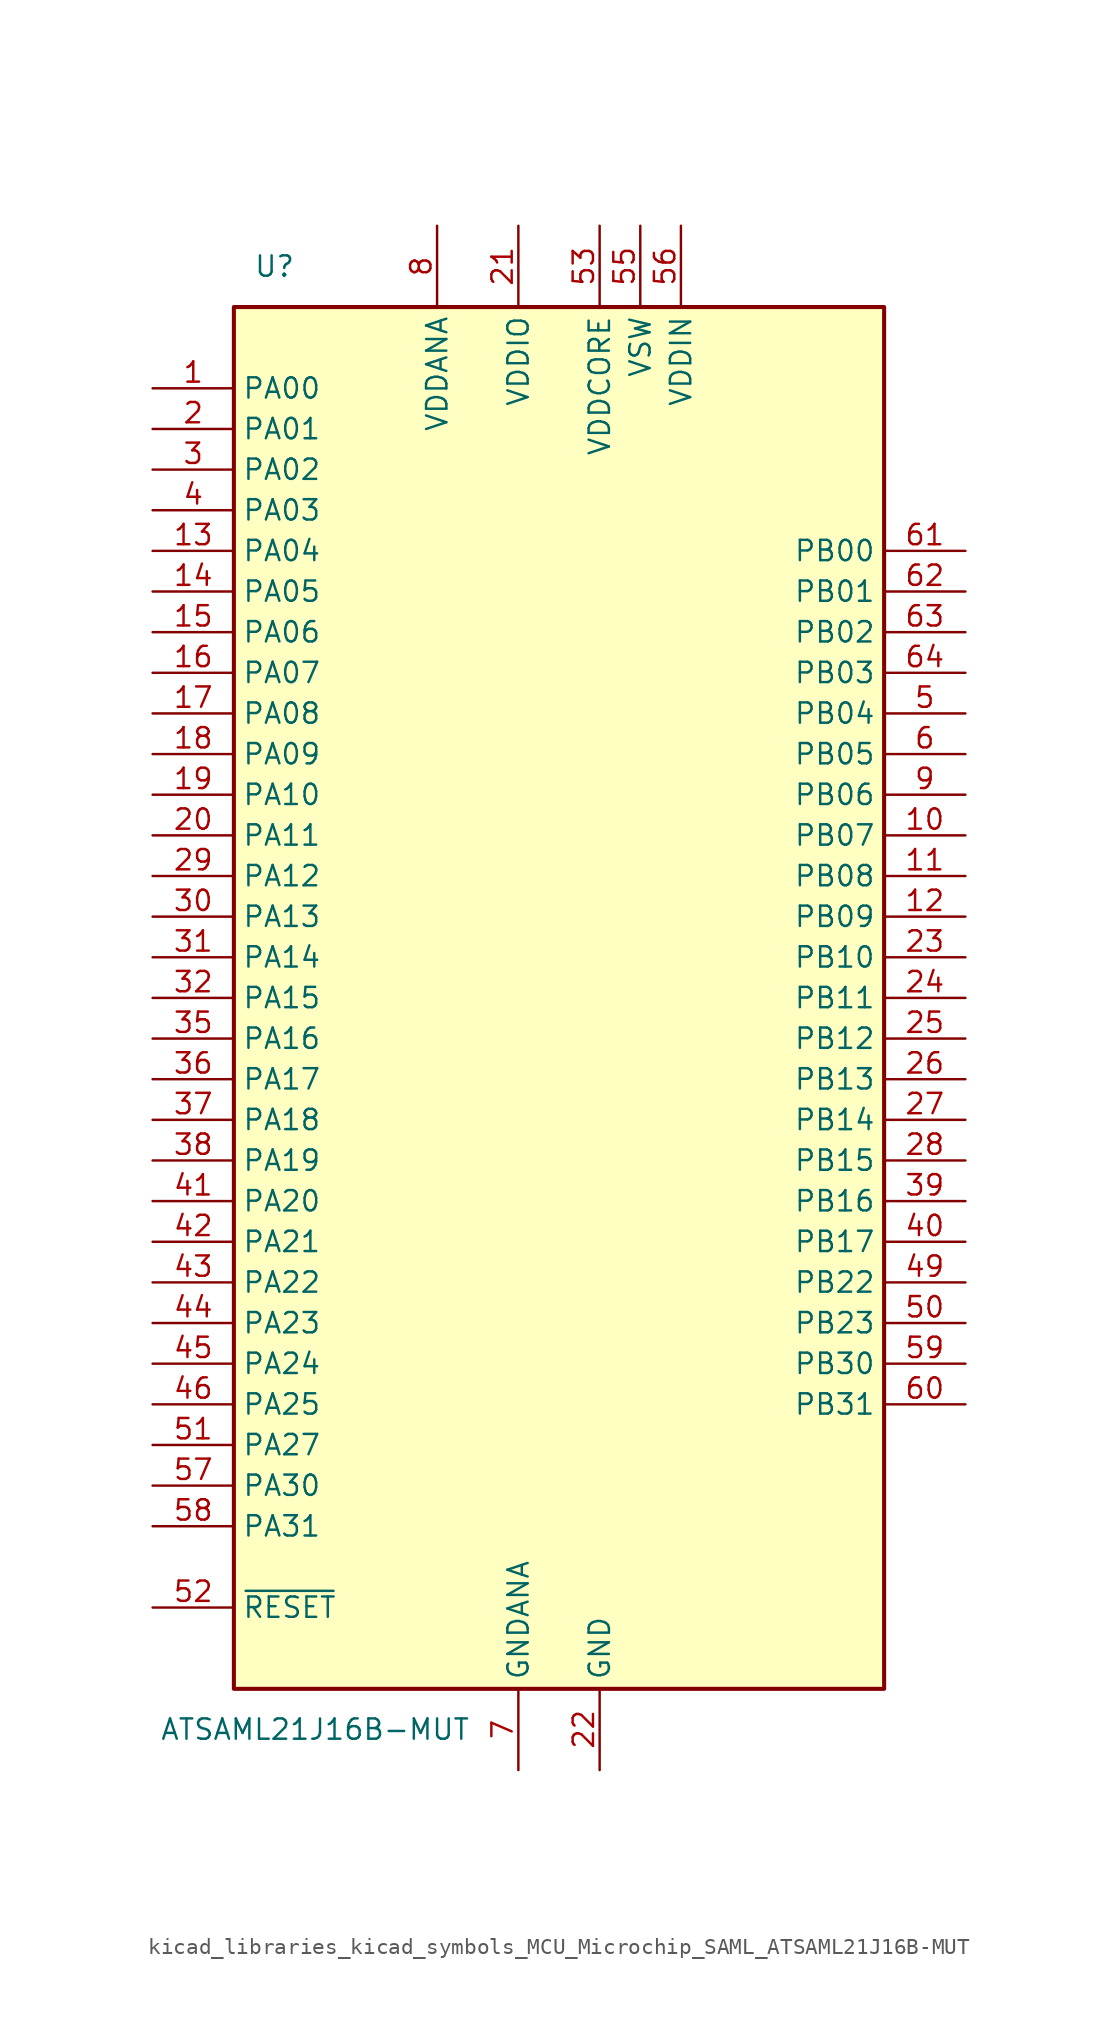
<source format=kicad_sym>
(kicad_symbol_lib
  (version 20220914)
  (generator kicad_symbol_editor)
  (symbol "kicad_libraries_kicad_symbols_MCU_Microchip_SAML_ATSAML21J16B-MUT"
    (property "Reference" "U"
      (at -17.78 45.72 0)
      (effects (font (size 1.27 1.27))))
    (property "Value" "ATSAML21J16B-MUT"
      (at -15.24 -45.72 0)
      (effects (font (size 1.27 1.27))))
    (symbol "kicad_libraries_kicad_symbols_MCU_Microchip_SAML_ATSAML21J16B-MUT_0_1"
      (rectangle (start -20.32 43.18) (end 20.32 -43.18) (stroke (width 0.254) (type default)) (fill (type background))))
    (symbol "kicad_libraries_kicad_symbols_MCU_Microchip_SAML_ATSAML21J16B-MUT_1_1"
      (pin bidirectional line (at -25.4 38.1 0) (length 5.08) (name "PA00" (effects (font (size 1.27 1.27)))) (number "1" (effects (font (size 1.27 1.27)))))
      (pin bidirectional line (at 25.4 10.16 180) (length 5.08) (name "PB07" (effects (font (size 1.27 1.27)))) (number "10" (effects (font (size 1.27 1.27)))))
      (pin bidirectional line (at 25.4 7.62 180) (length 5.08) (name "PB08" (effects (font (size 1.27 1.27)))) (number "11" (effects (font (size 1.27 1.27)))))
      (pin bidirectional line (at 25.4 5.08 180) (length 5.08) (name "PB09" (effects (font (size 1.27 1.27)))) (number "12" (effects (font (size 1.27 1.27)))))
      (pin bidirectional line (at -25.4 27.94 0) (length 5.08) (name "PA04" (effects (font (size 1.27 1.27)))) (number "13" (effects (font (size 1.27 1.27)))))
      (pin bidirectional line (at -25.4 25.4 0) (length 5.08) (name "PA05" (effects (font (size 1.27 1.27)))) (number "14" (effects (font (size 1.27 1.27)))))
      (pin bidirectional line (at -25.4 22.86 0) (length 5.08) (name "PA06" (effects (font (size 1.27 1.27)))) (number "15" (effects (font (size 1.27 1.27)))))
      (pin bidirectional line (at -25.4 20.32 0) (length 5.08) (name "PA07" (effects (font (size 1.27 1.27)))) (number "16" (effects (font (size 1.27 1.27)))))
      (pin bidirectional line (at -25.4 17.78 0) (length 5.08) (name "PA08" (effects (font (size 1.27 1.27)))) (number "17" (effects (font (size 1.27 1.27)))))
      (pin bidirectional line (at -25.4 15.24 0) (length 5.08) (name "PA09" (effects (font (size 1.27 1.27)))) (number "18" (effects (font (size 1.27 1.27)))))
      (pin bidirectional line (at -25.4 12.7 0) (length 5.08) (name "PA10" (effects (font (size 1.27 1.27)))) (number "19" (effects (font (size 1.27 1.27)))))
      (pin bidirectional line (at -25.4 35.56 0) (length 5.08) (name "PA01" (effects (font (size 1.27 1.27)))) (number "2" (effects (font (size 1.27 1.27)))))
      (pin bidirectional line (at -25.4 10.16 0) (length 5.08) (name "PA11" (effects (font (size 1.27 1.27)))) (number "20" (effects (font (size 1.27 1.27)))))
      (pin power_in line (at -2.54 48.26 270) (length 5.08) (name "VDDIO" (effects (font (size 1.27 1.27)))) (number "21" (effects (font (size 1.27 1.27)))))
      (pin power_in line (at 2.54 -48.26 90) (length 5.08) (name "GND" (effects (font (size 1.27 1.27)))) (number "22" (effects (font (size 1.27 1.27)))))
      (pin bidirectional line (at 25.4 2.54 180) (length 5.08) (name "PB10" (effects (font (size 1.27 1.27)))) (number "23" (effects (font (size 1.27 1.27)))))
      (pin bidirectional line (at 25.4 0 180) (length 5.08) (name "PB11" (effects (font (size 1.27 1.27)))) (number "24" (effects (font (size 1.27 1.27)))))
      (pin bidirectional line (at 25.4 -2.54 180) (length 5.08) (name "PB12" (effects (font (size 1.27 1.27)))) (number "25" (effects (font (size 1.27 1.27)))))
      (pin bidirectional line (at 25.4 -5.08 180) (length 5.08) (name "PB13" (effects (font (size 1.27 1.27)))) (number "26" (effects (font (size 1.27 1.27)))))
      (pin bidirectional line (at 25.4 -7.62 180) (length 5.08) (name "PB14" (effects (font (size 1.27 1.27)))) (number "27" (effects (font (size 1.27 1.27)))))
      (pin bidirectional line (at 25.4 -10.16 180) (length 5.08) (name "PB15" (effects (font (size 1.27 1.27)))) (number "28" (effects (font (size 1.27 1.27)))))
      (pin bidirectional line (at -25.4 7.62 0) (length 5.08) (name "PA12" (effects (font (size 1.27 1.27)))) (number "29" (effects (font (size 1.27 1.27)))))
      (pin bidirectional line (at -25.4 33.02 0) (length 5.08) (name "PA02" (effects (font (size 1.27 1.27)))) (number "3" (effects (font (size 1.27 1.27)))))
      (pin bidirectional line (at -25.4 5.08 0) (length 5.08) (name "PA13" (effects (font (size 1.27 1.27)))) (number "30" (effects (font (size 1.27 1.27)))))
      (pin bidirectional line (at -25.4 2.54 0) (length 5.08) (name "PA14" (effects (font (size 1.27 1.27)))) (number "31" (effects (font (size 1.27 1.27)))))
      (pin bidirectional line (at -25.4 0 0) (length 5.08) (name "PA15" (effects (font (size 1.27 1.27)))) (number "32" (effects (font (size 1.27 1.27)))))
      (pin passive line (at 2.54 -48.26 90) (length 5.08) hide (name "GND" (effects (font (size 1.27 1.27)))) (number "33" (effects (font (size 1.27 1.27)))))
      (pin passive line (at -2.54 48.26 270) (length 5.08) hide (name "VDDIO" (effects (font (size 1.27 1.27)))) (number "34" (effects (font (size 1.27 1.27)))))
      (pin bidirectional line (at -25.4 -2.54 0) (length 5.08) (name "PA16" (effects (font (size 1.27 1.27)))) (number "35" (effects (font (size 1.27 1.27)))))
      (pin bidirectional line (at -25.4 -5.08 0) (length 5.08) (name "PA17" (effects (font (size 1.27 1.27)))) (number "36" (effects (font (size 1.27 1.27)))))
      (pin bidirectional line (at -25.4 -7.62 0) (length 5.08) (name "PA18" (effects (font (size 1.27 1.27)))) (number "37" (effects (font (size 1.27 1.27)))))
      (pin bidirectional line (at -25.4 -10.16 0) (length 5.08) (name "PA19" (effects (font (size 1.27 1.27)))) (number "38" (effects (font (size 1.27 1.27)))))
      (pin bidirectional line (at 25.4 -12.7 180) (length 5.08) (name "PB16" (effects (font (size 1.27 1.27)))) (number "39" (effects (font (size 1.27 1.27)))))
      (pin bidirectional line (at -25.4 30.48 0) (length 5.08) (name "PA03" (effects (font (size 1.27 1.27)))) (number "4" (effects (font (size 1.27 1.27)))))
      (pin bidirectional line (at 25.4 -15.24 180) (length 5.08) (name "PB17" (effects (font (size 1.27 1.27)))) (number "40" (effects (font (size 1.27 1.27)))))
      (pin bidirectional line (at -25.4 -12.7 0) (length 5.08) (name "PA20" (effects (font (size 1.27 1.27)))) (number "41" (effects (font (size 1.27 1.27)))))
      (pin bidirectional line (at -25.4 -15.24 0) (length 5.08) (name "PA21" (effects (font (size 1.27 1.27)))) (number "42" (effects (font (size 1.27 1.27)))))
      (pin bidirectional line (at -25.4 -17.78 0) (length 5.08) (name "PA22" (effects (font (size 1.27 1.27)))) (number "43" (effects (font (size 1.27 1.27)))))
      (pin bidirectional line (at -25.4 -20.32 0) (length 5.08) (name "PA23" (effects (font (size 1.27 1.27)))) (number "44" (effects (font (size 1.27 1.27)))))
      (pin bidirectional line (at -25.4 -22.86 0) (length 5.08) (name "PA24" (effects (font (size 1.27 1.27)))) (number "45" (effects (font (size 1.27 1.27)))))
      (pin bidirectional line (at -25.4 -25.4 0) (length 5.08) (name "PA25" (effects (font (size 1.27 1.27)))) (number "46" (effects (font (size 1.27 1.27)))))
      (pin passive line (at 2.54 -48.26 90) (length 5.08) hide (name "GND" (effects (font (size 1.27 1.27)))) (number "47" (effects (font (size 1.27 1.27)))))
      (pin passive line (at -2.54 48.26 270) (length 5.08) hide (name "VDDIO" (effects (font (size 1.27 1.27)))) (number "48" (effects (font (size 1.27 1.27)))))
      (pin bidirectional line (at 25.4 -17.78 180) (length 5.08) (name "PB22" (effects (font (size 1.27 1.27)))) (number "49" (effects (font (size 1.27 1.27)))))
      (pin bidirectional line (at 25.4 17.78 180) (length 5.08) (name "PB04" (effects (font (size 1.27 1.27)))) (number "5" (effects (font (size 1.27 1.27)))))
      (pin bidirectional line (at 25.4 -20.32 180) (length 5.08) (name "PB23" (effects (font (size 1.27 1.27)))) (number "50" (effects (font (size 1.27 1.27)))))
      (pin bidirectional line (at -25.4 -27.94 0) (length 5.08) (name "PA27" (effects (font (size 1.27 1.27)))) (number "51" (effects (font (size 1.27 1.27)))))
      (pin input line (at -25.4 -38.1 0) (length 5.08) (name "~{RESET}" (effects (font (size 1.27 1.27)))) (number "52" (effects (font (size 1.27 1.27)))))
      (pin power_in line (at 2.54 48.26 270) (length 5.08) (name "VDDCORE" (effects (font (size 1.27 1.27)))) (number "53" (effects (font (size 1.27 1.27)))))
      (pin passive line (at 2.54 -48.26 90) (length 5.08) hide (name "GND" (effects (font (size 1.27 1.27)))) (number "54" (effects (font (size 1.27 1.27)))))
      (pin power_out line (at 5.08 48.26 270) (length 5.08) (name "VSW" (effects (font (size 1.27 1.27)))) (number "55" (effects (font (size 1.27 1.27)))))
      (pin power_in line (at 7.62 48.26 270) (length 5.08) (name "VDDIN" (effects (font (size 1.27 1.27)))) (number "56" (effects (font (size 1.27 1.27)))))
      (pin bidirectional line (at -25.4 -30.48 0) (length 5.08) (name "PA30" (effects (font (size 1.27 1.27)))) (number "57" (effects (font (size 1.27 1.27)))))
      (pin bidirectional line (at -25.4 -33.02 0) (length 5.08) (name "PA31" (effects (font (size 1.27 1.27)))) (number "58" (effects (font (size 1.27 1.27)))))
      (pin bidirectional line (at 25.4 -22.86 180) (length 5.08) (name "PB30" (effects (font (size 1.27 1.27)))) (number "59" (effects (font (size 1.27 1.27)))))
      (pin bidirectional line (at 25.4 15.24 180) (length 5.08) (name "PB05" (effects (font (size 1.27 1.27)))) (number "6" (effects (font (size 1.27 1.27)))))
      (pin bidirectional line (at 25.4 -25.4 180) (length 5.08) (name "PB31" (effects (font (size 1.27 1.27)))) (number "60" (effects (font (size 1.27 1.27)))))
      (pin bidirectional line (at 25.4 27.94 180) (length 5.08) (name "PB00" (effects (font (size 1.27 1.27)))) (number "61" (effects (font (size 1.27 1.27)))))
      (pin bidirectional line (at 25.4 25.4 180) (length 5.08) (name "PB01" (effects (font (size 1.27 1.27)))) (number "62" (effects (font (size 1.27 1.27)))))
      (pin bidirectional line (at 25.4 22.86 180) (length 5.08) (name "PB02" (effects (font (size 1.27 1.27)))) (number "63" (effects (font (size 1.27 1.27)))))
      (pin bidirectional line (at 25.4 20.32 180) (length 5.08) (name "PB03" (effects (font (size 1.27 1.27)))) (number "64" (effects (font (size 1.27 1.27)))))
      (pin power_in line (at -2.54 -48.26 90) (length 5.08) (name "GNDANA" (effects (font (size 1.27 1.27)))) (number "7" (effects (font (size 1.27 1.27)))))
      (pin power_in line (at -7.62 48.26 270) (length 5.08) (name "VDDANA" (effects (font (size 1.27 1.27)))) (number "8" (effects (font (size 1.27 1.27)))))
      (pin bidirectional line (at 25.4 12.7 180) (length 5.08) (name "PB06" (effects (font (size 1.27 1.27)))) (number "9" (effects (font (size 1.27 1.27))))))))
</source>
